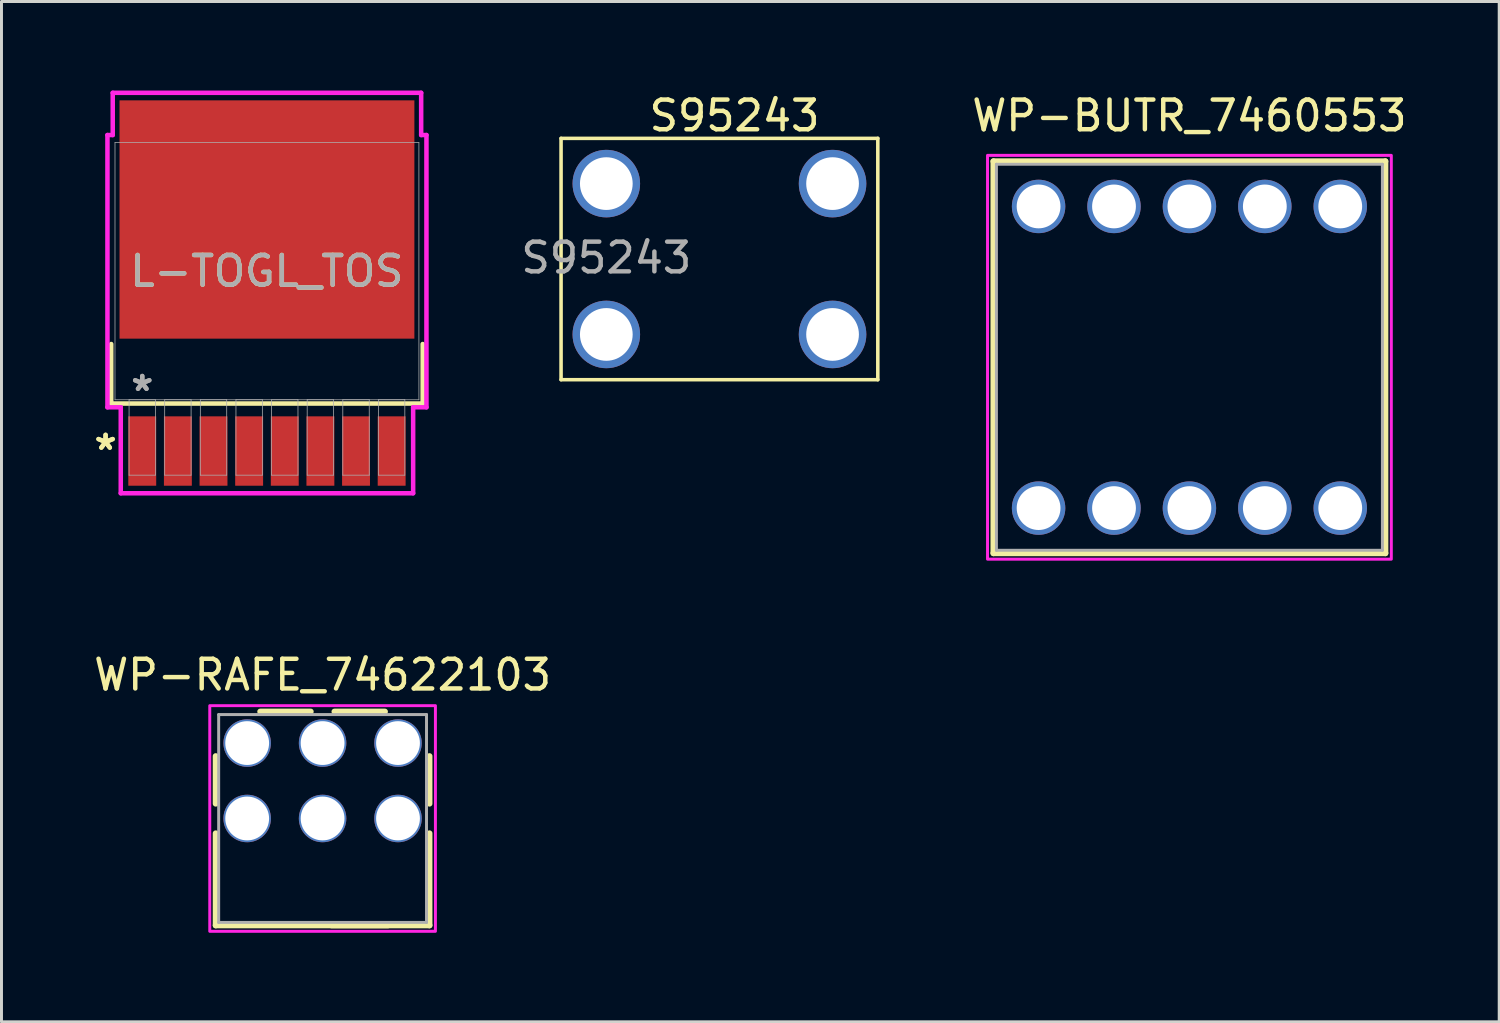
<source format=kicad_pcb>
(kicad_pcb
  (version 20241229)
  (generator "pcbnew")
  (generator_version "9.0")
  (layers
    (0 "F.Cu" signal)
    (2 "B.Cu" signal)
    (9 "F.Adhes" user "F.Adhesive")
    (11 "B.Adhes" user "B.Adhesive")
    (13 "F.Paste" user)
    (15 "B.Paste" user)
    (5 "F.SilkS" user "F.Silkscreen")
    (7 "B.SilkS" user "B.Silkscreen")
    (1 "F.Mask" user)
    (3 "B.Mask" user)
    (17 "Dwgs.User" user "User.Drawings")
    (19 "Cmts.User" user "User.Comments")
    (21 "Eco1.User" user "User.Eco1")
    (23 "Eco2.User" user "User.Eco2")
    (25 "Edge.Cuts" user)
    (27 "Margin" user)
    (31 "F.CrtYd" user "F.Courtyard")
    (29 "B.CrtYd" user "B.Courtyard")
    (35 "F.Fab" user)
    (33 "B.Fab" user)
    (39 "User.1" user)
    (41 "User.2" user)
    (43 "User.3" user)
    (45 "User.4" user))
  (footprint "WP-RAFE_74622103"
    (layer "F.Cu")
    (at 7.815 24.517)
    (property "Reference" "WP-RAFE_74622103" (at 0 -4.835 0) (layer "F.SilkS") (effects (font (size 1 1) (thickness 0.15))))
    (attr through_hole)
    (fp_line (start -3.6 -2.1) (end -3.6 -0.5) (stroke (width 0.2) (type solid)) (layer "F.SilkS"))
    (fp_line (start -3.6 3.6) (end -3.6 0.5) (stroke (width 0.2) (type solid)) (layer "F.SilkS"))
    (fp_line (start -3.6 3.6) (end 3.6 3.6) (stroke (width 0.2) (type solid)) (layer "F.SilkS"))
    (fp_line (start -2.1 -3.6) (end -0.4 -3.6) (stroke (width 0.2) (type solid)) (layer "F.SilkS"))
    (fp_line (start 0.4 -3.6) (end 2.1 -3.6) (stroke (width 0.2) (type solid)) (layer "F.SilkS"))
    (fp_line (start 2.2 3.6) (end 0.3 3.6) (stroke (width 0.2) (type solid)) (layer "F.SilkS"))
    (fp_line (start 3.6 -0.5) (end 3.6 -2.1) (stroke (width 0.2) (type solid)) (layer "F.SilkS"))
    (fp_line (start 3.6 3.6) (end 3.6 0.5) (stroke (width 0.2) (type solid)) (layer "F.SilkS"))
    (fp_poly (pts (xy -3.8 -3.8) (xy 3.8 -3.8) (xy 3.8 3.8) (xy -3.8 3.8)) (stroke (width 0.1) (type solid)) (fill no) (layer "F.CrtYd"))
    (fp_line (start -3.5 -3.5) (end 3.5 -3.5) (stroke (width 0.1) (type solid)) (layer "F.Fab"))
    (fp_line (start -3.5 3.5) (end -3.5 -3.5) (stroke (width 0.1) (type solid)) (layer "F.Fab"))
    (fp_line (start 3.5 -3.5) (end 3.5 3.5) (stroke (width 0.1) (type solid)) (layer "F.Fab"))
    (fp_line (start 3.5 3.5) (end -3.5 3.5) (stroke (width 0.1) (type solid)) (layer "F.Fab"))
    (pad "1" thru_hole circle (at -2.54 -2.54) (size 1.6 1.6) (drill 1.475) (layers "*.Cu" "*.Mask"))
    (pad "1" thru_hole circle (at -2.54 0) (size 1.6 1.6) (drill 1.475) (layers "*.Cu" "*.Mask"))
    (pad "1" thru_hole circle (at 0 -2.54) (size 1.6 1.6) (drill 1.475) (layers "*.Cu" "*.Mask"))
    (pad "1" thru_hole circle (at 0 0) (size 1.6 1.6) (drill 1.475) (layers "*.Cu" "*.Mask"))
    (pad "1" thru_hole circle (at 2.54 -2.54) (size 1.6 1.6) (drill 1.475) (layers "*.Cu" "*.Mask"))
    (pad "1" thru_hole circle (at 2.54 0) (size 1.6 1.6) (drill 1.475) (layers "*.Cu" "*.Mask")))
  (footprint "WP-BUTR_7460553"
    (layer "F.Cu")
    (at 37.01 8.983)
    (property "Reference" "WP-BUTR_7460553" (at 0 -8.135 0) (layer "F.SilkS") (effects (font (size 1 1) (thickness 0.15))))
    (attr through_hole)
    (fp_line (start -6.6 -6.6) (end 6.6 -6.6) (stroke (width 0.2) (type solid)) (layer "F.SilkS"))
    (fp_line (start -6.6 6.6) (end -6.6 -6.6) (stroke (width 0.2) (type solid)) (layer "F.SilkS"))
    (fp_line (start 6.6 -6.6) (end 6.6 6.6) (stroke (width 0.2) (type solid)) (layer "F.SilkS"))
    (fp_line (start 6.6 6.6) (end -6.6 6.6) (stroke (width 0.2) (type solid)) (layer "F.SilkS"))
    (fp_poly (pts (xy -6.8 -6.8) (xy 6.8 -6.8) (xy 6.8 6.8) (xy -6.8 6.8)) (stroke (width 0.1) (type solid)) (fill no) (layer "F.CrtYd"))
    (fp_line (start -6.5 -6.5) (end 6.5 -6.5) (stroke (width 0.1) (type solid)) (layer "F.Fab"))
    (fp_line (start -6.5 6.5) (end -6.5 -6.5) (stroke (width 0.1) (type solid)) (layer "F.Fab"))
    (fp_line (start 6.5 -6.5) (end 6.5 6.5) (stroke (width 0.1) (type solid)) (layer "F.Fab"))
    (fp_line (start 6.5 6.5) (end -6.5 6.5) (stroke (width 0.1) (type solid)) (layer "F.Fab"))
    (pad "1" thru_hole circle (at -5.08 -5.08) (size 1.8 1.8) (drill 1.475) (layers "*.Cu" "*.Mask"))
    (pad "1" thru_hole circle (at -5.08 5.08) (size 1.8 1.8) (drill 1.475) (layers "*.Cu" "*.Mask"))
    (pad "1" thru_hole circle (at -2.54 -5.08) (size 1.8 1.8) (drill 1.475) (layers "*.Cu" "*.Mask"))
    (pad "1" thru_hole circle (at -2.54 5.08) (size 1.8 1.8) (drill 1.475) (layers "*.Cu" "*.Mask"))
    (pad "1" thru_hole circle (at 0 -5.08) (size 1.8 1.8) (drill 1.475) (layers "*.Cu" "*.Mask"))
    (pad "1" thru_hole circle (at 0 5.08) (size 1.8 1.8) (drill 1.475) (layers "*.Cu" "*.Mask"))
    (pad "1" thru_hole circle (at 2.54 -5.08) (size 1.8 1.8) (drill 1.475) (layers "*.Cu" "*.Mask"))
    (pad "1" thru_hole circle (at 2.54 5.08) (size 1.8 1.8) (drill 1.475) (layers "*.Cu" "*.Mask"))
    (pad "1" thru_hole circle (at 5.08 -5.08) (size 1.8 1.8) (drill 1.475) (layers "*.Cu" "*.Mask"))
    (pad "1" thru_hole circle (at 5.08 5.08) (size 1.8 1.8) (drill 1.475) (layers "*.Cu" "*.Mask")))
  (footprint "L-TOGL_TOS"
    (layer "F.Cu")
    (at 5.941 6.083)
    (property "Reference" "L-TOGL_TOS" (at 0 0 0) (unlocked yes) (layer "F.SilkS") (effects (font (size 1 1) (thickness 0.15))))
    (attr smd)
    (fp_line (start -5.245 2.454) (end -5.245 4.458) (stroke (width 0.152) (type solid)) (layer "F.SilkS"))
    (fp_line (start -5.245 4.458) (end 5.245 4.458) (stroke (width 0.152) (type solid)) (layer "F.SilkS"))
    (fp_line (start 5.245 4.458) (end 5.245 2.454) (stroke (width 0.152) (type solid)) (layer "F.SilkS"))
    (fp_line (start -5.372 -4.585) (end -5.194 -4.585) (stroke (width 0.152) (type solid)) (layer "F.CrtYd"))
    (fp_line (start -5.372 4.585) (end -5.372 -4.585) (stroke (width 0.152) (type solid)) (layer "F.CrtYd"))
    (fp_line (start -5.194 -6.007) (end 5.194 -6.007) (stroke (width 0.152) (type solid)) (layer "F.CrtYd"))
    (fp_line (start -5.194 -4.585) (end -5.194 -6.007) (stroke (width 0.152) (type solid)) (layer "F.CrtYd"))
    (fp_line (start -4.924 4.585) (end -5.372 4.585) (stroke (width 0.152) (type solid)) (layer "F.CrtYd"))
    (fp_line (start -4.924 7.48) (end -4.924 4.585) (stroke (width 0.152) (type solid)) (layer "F.CrtYd"))
    (fp_line (start 4.924 4.585) (end 4.924 7.48) (stroke (width 0.152) (type solid)) (layer "F.CrtYd"))
    (fp_line (start 4.924 7.48) (end -4.924 7.48) (stroke (width 0.152) (type solid)) (layer "F.CrtYd"))
    (fp_line (start 5.194 -6.007) (end 5.194 -4.585) (stroke (width 0.152) (type solid)) (layer "F.CrtYd"))
    (fp_line (start 5.194 -4.585) (end 5.372 -4.585) (stroke (width 0.152) (type solid)) (layer "F.CrtYd"))
    (fp_line (start 5.372 -4.585) (end 5.372 4.585) (stroke (width 0.152) (type solid)) (layer "F.CrtYd"))
    (fp_line (start 5.372 4.585) (end 4.924 4.585) (stroke (width 0.152) (type solid)) (layer "F.CrtYd"))
    (fp_line (start -5.118 -4.331) (end -5.118 4.331) (stroke (width 0.025) (type solid)) (layer "F.Fab"))
    (fp_line (start -5.118 4.331) (end 5.118 4.331) (stroke (width 0.025) (type solid)) (layer "F.Fab"))
    (fp_line (start -4.644 4.331) (end -4.644 6.871) (stroke (width 0.025) (type solid)) (layer "F.Fab"))
    (fp_line (start -4.644 6.871) (end -3.755 6.871) (stroke (width 0.025) (type solid)) (layer "F.Fab"))
    (fp_line (start -3.755 4.331) (end -4.644 4.331) (stroke (width 0.025) (type solid)) (layer "F.Fab"))
    (fp_line (start -3.755 6.871) (end -3.755 4.331) (stroke (width 0.025) (type solid)) (layer "F.Fab"))
    (fp_line (start -3.444 4.331) (end -3.444 6.871) (stroke (width 0.025) (type solid)) (layer "F.Fab"))
    (fp_line (start -3.444 6.871) (end -2.555 6.871) (stroke (width 0.025) (type solid)) (layer "F.Fab"))
    (fp_line (start -2.555 4.331) (end -3.444 4.331) (stroke (width 0.025) (type solid)) (layer "F.Fab"))
    (fp_line (start -2.555 6.871) (end -2.555 4.331) (stroke (width 0.025) (type solid)) (layer "F.Fab"))
    (fp_line (start -2.244 4.331) (end -2.244 6.871) (stroke (width 0.025) (type solid)) (layer "F.Fab"))
    (fp_line (start -2.244 6.871) (end -1.355 6.871) (stroke (width 0.025) (type solid)) (layer "F.Fab"))
    (fp_line (start -1.355 4.331) (end -2.244 4.331) (stroke (width 0.025) (type solid)) (layer "F.Fab"))
    (fp_line (start -1.355 6.871) (end -1.355 4.331) (stroke (width 0.025) (type solid)) (layer "F.Fab"))
    (fp_line (start -1.044 4.331) (end -1.044 6.871) (stroke (width 0.025) (type solid)) (layer "F.Fab"))
    (fp_line (start -1.044 6.871) (end -0.155 6.871) (stroke (width 0.025) (type solid)) (layer "F.Fab"))
    (fp_line (start -0.155 4.331) (end -1.044 4.331) (stroke (width 0.025) (type solid)) (layer "F.Fab"))
    (fp_line (start -0.155 6.871) (end -0.155 4.331) (stroke (width 0.025) (type solid)) (layer "F.Fab"))
    (fp_line (start 0.156 4.331) (end 0.156 6.871) (stroke (width 0.025) (type solid)) (layer "F.Fab"))
    (fp_line (start 0.156 6.871) (end 1.045 6.871) (stroke (width 0.025) (type solid)) (layer "F.Fab"))
    (fp_line (start 1.045 4.331) (end 0.156 4.331) (stroke (width 0.025) (type solid)) (layer "F.Fab"))
    (fp_line (start 1.045 6.871) (end 1.045 4.331) (stroke (width 0.025) (type solid)) (layer "F.Fab"))
    (fp_line (start 1.355 4.331) (end 1.355 6.871) (stroke (width 0.025) (type solid)) (layer "F.Fab"))
    (fp_line (start 1.355 6.871) (end 2.244 6.871) (stroke (width 0.025) (type solid)) (layer "F.Fab"))
    (fp_line (start 2.244 4.331) (end 1.355 4.331) (stroke (width 0.025) (type solid)) (layer "F.Fab"))
    (fp_line (start 2.244 6.871) (end 2.244 4.331) (stroke (width 0.025) (type solid)) (layer "F.Fab"))
    (fp_line (start 2.555 4.331) (end 2.555 6.871) (stroke (width 0.025) (type solid)) (layer "F.Fab"))
    (fp_line (start 2.555 6.871) (end 3.445 6.871) (stroke (width 0.025) (type solid)) (layer "F.Fab"))
    (fp_line (start 3.445 4.331) (end 2.555 4.331) (stroke (width 0.025) (type solid)) (layer "F.Fab"))
    (fp_line (start 3.445 6.871) (end 3.445 4.331) (stroke (width 0.025) (type solid)) (layer "F.Fab"))
    (fp_line (start 3.756 4.331) (end 3.756 6.871) (stroke (width 0.025) (type solid)) (layer "F.Fab"))
    (fp_line (start 3.756 6.871) (end 4.644 6.871) (stroke (width 0.025) (type solid)) (layer "F.Fab"))
    (fp_line (start 4.644 4.331) (end 3.756 4.331) (stroke (width 0.025) (type solid)) (layer "F.Fab"))
    (fp_line (start 4.644 6.871) (end 4.644 4.331) (stroke (width 0.025) (type solid)) (layer "F.Fab"))
    (fp_line (start 5.118 -4.331) (end -5.118 -4.331) (stroke (width 0.025) (type solid)) (layer "F.Fab"))
    (fp_line (start 5.118 4.331) (end 5.118 -4.331) (stroke (width 0.025) (type solid)) (layer "F.Fab"))
    (fp_text user "*" (at -5.435 6.058 0) (unlocked yes) (layer "F.SilkS") (effects (font (size 1 1) (thickness 0.15))))
    (fp_text user "*" (at -5.435 6.058 0) (layer "F.SilkS") (effects (font (size 1 1) (thickness 0.15))))
    (fp_text user "*" (at -4.2 4.077 0) (unlocked yes) (layer "F.Fab") (effects (font (size 1 1) (thickness 0.15))))
    (fp_text user "${REFERENCE}" (at 0 0 0) (unlocked yes) (layer "F.Fab") (effects (font (size 1 1) (thickness 0.15))))
    (fp_text user "*" (at -4.2 4.077 0) (layer "F.Fab") (effects (font (size 1 1) (thickness 0.15))))
    (pad "1" smd rect (at -4.2 6.058) (size 0.94 2.337) (layers "F.Cu" "F.Mask" "F.Paste"))
    (pad "2" smd rect (at 0 -1.74) (size 9.931 8.026) (layers "F.Cu" "F.Mask" "F.Paste"))
    (pad "3" smd rect (at -3 6.058) (size 0.94 2.337) (layers "F.Cu" "F.Mask" "F.Paste"))
    (pad "3" smd rect (at -1.8 6.058) (size 0.94 2.337) (layers "F.Cu" "F.Mask" "F.Paste"))
    (pad "3" smd rect (at -0.6 6.058) (size 0.94 2.337) (layers "F.Cu" "F.Mask" "F.Paste"))
    (pad "3" smd rect (at 0.6 6.058) (size 0.94 2.337) (layers "F.Cu" "F.Mask" "F.Paste"))
    (pad "3" smd rect (at 1.8 6.058) (size 0.94 2.337) (layers "F.Cu" "F.Mask" "F.Paste"))
    (pad "3" smd rect (at 3 6.058) (size 0.94 2.337) (layers "F.Cu" "F.Mask" "F.Paste"))
    (pad "3" smd rect (at 4.2 6.058) (size 0.94 2.337) (layers "F.Cu" "F.Mask" "F.Paste")))
  (footprint "S95243"
    (layer "F.Cu")
    (at 17.371 3.134)
    (property "Reference" "S95243" (at 4.318 -2.286 0) (unlocked yes) (layer "F.SilkS") (effects (font (size 1 1) (thickness 0.15))))
    (attr through_hole)
    (fp_line (start -1.524 -1.524) (end -1.524 6.604) (stroke (width 0.12) (type default)) (layer "F.SilkS"))
    (fp_line (start -1.524 -1.524) (end 9.144 -1.524) (stroke (width 0.12) (type default)) (layer "F.SilkS"))
    (fp_line (start -1.524 6.604) (end 9.144 6.604) (stroke (width 0.12) (type default)) (layer "F.SilkS"))
    (fp_line (start 9.144 -1.524) (end 9.144 6.604) (stroke (width 0.12) (type default)) (layer "F.SilkS"))
    (fp_text user "${REFERENCE}" (at 0 2.5 0) (unlocked yes) (layer "F.Fab") (effects (font (size 1 1) (thickness 0.15))))
    (pad "1" thru_hole circle (at 0 0) (size 2.275 2.275) (drill 1.775) (layers "*.Cu" "*.Mask"))
    (pad "1" thru_hole circle (at 0 5.08) (size 2.275 2.275) (drill 1.775) (layers "*.Cu" "*.Mask"))
    (pad "1" thru_hole circle (at 7.62 0) (size 2.275 2.275) (drill 1.775) (layers "*.Cu" "*.Mask"))
    (pad "1" thru_hole circle (at 7.62 5.08) (size 2.275 2.275) (drill 1.775) (layers "*.Cu" "*.Mask")))
  (gr_rect
    (start -3 -3)
    (end 47.444 31.366)
    (stroke (width 0.1) (type default))
    (fill no)
    (layer "Edge.Cuts")))
</source>
